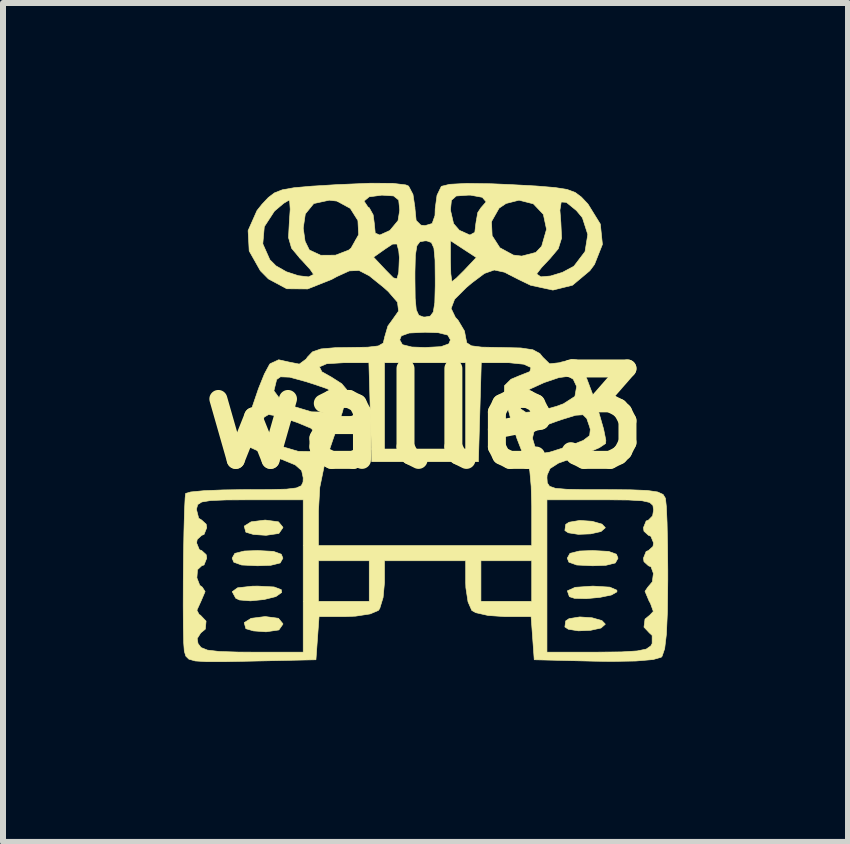
<source format=kicad_pcb>
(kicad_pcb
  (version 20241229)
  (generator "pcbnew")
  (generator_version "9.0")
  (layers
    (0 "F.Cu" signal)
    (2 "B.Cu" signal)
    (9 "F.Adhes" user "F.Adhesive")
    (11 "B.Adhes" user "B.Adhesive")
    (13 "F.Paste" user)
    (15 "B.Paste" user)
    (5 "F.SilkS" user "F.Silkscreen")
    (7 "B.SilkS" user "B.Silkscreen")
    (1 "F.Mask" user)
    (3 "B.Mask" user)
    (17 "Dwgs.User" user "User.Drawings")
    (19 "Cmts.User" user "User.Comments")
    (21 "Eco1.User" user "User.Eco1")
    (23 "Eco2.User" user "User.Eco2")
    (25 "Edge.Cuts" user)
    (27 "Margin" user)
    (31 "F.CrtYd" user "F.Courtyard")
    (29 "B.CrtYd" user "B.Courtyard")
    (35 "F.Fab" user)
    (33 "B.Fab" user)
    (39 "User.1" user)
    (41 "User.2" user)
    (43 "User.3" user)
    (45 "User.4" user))
  (footprint "walle3"
    (layer "F.Cu")
    (at 4.038 3.929)
    (property "Reference" "walle3" (at 0 0 0) (layer "F.SilkS") (effects (font (size 1.524 1.524) (thickness 0.3))))
    (attr through_hole)
    (fp_poly (pts (xy 2.785 1.713) (xy 2.949 1.76) (xy 3.006 1.82) (xy 2.933 1.884) (xy 2.76 1.923) (xy 2.556 1.931) (xy 2.388 1.905) (xy 2.331 1.867) (xy 2.345 1.765) (xy 2.4 1.729) (xy 2.579 1.699) (xy 2.785 1.713)) (stroke (width 0.01) (type solid)) (fill yes) (layer "F.SilkS"))
    (fp_poly (pts (xy 2.785 3.322) (xy 2.949 3.369) (xy 3.006 3.429) (xy 2.933 3.493) (xy 2.76 3.531) (xy 2.556 3.54) (xy 2.388 3.513) (xy 2.331 3.475) (xy 2.345 3.374) (xy 2.4 3.337) (xy 2.579 3.308) (xy 2.785 3.322)) (stroke (width 0.01) (type solid)) (fill yes) (layer "F.SilkS"))
    (fp_poly (pts (xy -2.528 2.215) (xy -2.398 2.262) (xy -2.371 2.328) (xy -2.416 2.408) (xy -2.573 2.447) (xy -2.794 2.455) (xy -3.06 2.442) (xy -3.19 2.395) (xy -3.217 2.328) (xy -3.172 2.248) (xy -3.015 2.209) (xy -2.794 2.201) (xy -2.528 2.215)) (stroke (width 0.01) (type solid)) (fill yes) (layer "F.SilkS"))
    (fp_poly (pts (xy -2.518 2.808) (xy -2.398 2.853) (xy -2.391 2.9) (xy -2.489 2.969) (xy -2.686 3.018) (xy -2.911 3.04) (xy -3.096 3.025) (xy -3.157 2.996) (xy -3.216 2.887) (xy -3.126 2.822) (xy -2.879 2.795) (xy -2.787 2.794) (xy -2.518 2.808)) (stroke (width 0.01) (type solid)) (fill yes) (layer "F.SilkS"))
    (fp_poly (pts (xy 3.06 2.215) (xy 3.19 2.262) (xy 3.217 2.328) (xy 3.172 2.408) (xy 3.015 2.447) (xy 2.794 2.455) (xy 2.528 2.442) (xy 2.398 2.395) (xy 2.371 2.328) (xy 2.416 2.248) (xy 2.573 2.209) (xy 2.794 2.201) (xy 3.06 2.215)) (stroke (width 0.01) (type solid)) (fill yes) (layer "F.SilkS"))
    (fp_poly (pts (xy 3.08 2.811) (xy 3.198 2.862) (xy 3.199 2.89) (xy 3.107 2.942) (xy 2.914 2.982) (xy 2.686 3.003) (xy 2.492 2.998) (xy 2.406 2.97) (xy 2.372 2.873) (xy 2.503 2.814) (xy 2.796 2.794) (xy 2.801 2.794) (xy 3.08 2.811)) (stroke (width 0.01) (type solid)) (fill yes) (layer "F.SilkS"))
    (fp_poly (pts (xy -2.445 1.722) (xy -2.371 1.812) (xy -2.371 1.82) (xy -2.438 1.916) (xy -2.651 1.947) (xy -2.653 1.947) (xy -2.861 1.933) (xy -2.985 1.896) (xy -2.989 1.893) (xy -3.016 1.794) (xy -2.901 1.722) (xy -2.67 1.693) (xy -2.662 1.693) (xy -2.445 1.722)) (stroke (width 0.01) (type solid)) (fill yes) (layer "F.SilkS"))
    (fp_poly (pts (xy -2.445 3.331) (xy -2.371 3.421) (xy -2.371 3.429) (xy -2.438 3.525) (xy -2.651 3.556) (xy -2.653 3.556) (xy -2.861 3.541) (xy -2.985 3.505) (xy -2.989 3.502) (xy -3.016 3.403) (xy -2.901 3.331) (xy -2.67 3.302) (xy -2.662 3.302) (xy -2.445 3.331)) (stroke (width 0.01) (type solid)) (fill yes) (layer "F.SilkS"))
    (fp_poly (pts (xy -0.539 -3.922) (xy -0.322 -3.896) (xy -0.275 -3.876) (xy -0.202 -3.737) (xy -0.169 -3.518) (xy -0.169 -3.503) (xy -0.149 -3.303) (xy -0.07 -3.225) (xy 0 -3.217) (xy 0.118 -3.252) (xy 0.165 -3.386) (xy 0.168 -3.476) (xy 0.423 -3.476) (xy 0.475 -3.25) (xy 0.572 -3.139) (xy 0.748 -3.06) (xy 0.829 -3.105) (xy 0.847 -3.255) (xy 0.852 -3.284) (xy 1.107 -3.284) (xy 1.118 -3.049) (xy 1.247 -2.848) (xy 1.471 -2.726) (xy 1.612 -2.709) (xy 1.847 -2.77) (xy 1.944 -2.873) (xy 2.025 -3.156) (xy 1.972 -3.405) (xy 1.806 -3.58) (xy 1.566 -3.641) (xy 1.35 -3.586) (xy 1.234 -3.508) (xy 1.107 -3.284) (xy 0.852 -3.284) (xy 0.878 -3.434) (xy 0.931 -3.514) (xy 1.018 -3.613) (xy 0.954 -3.689) (xy 0.758 -3.725) (xy 0.72 -3.725) (xy 0.52 -3.711) (xy 0.439 -3.639) (xy 0.423 -3.476) (xy 0.168 -3.476) (xy 0.169 -3.503) (xy 0.199 -3.723) (xy 0.269 -3.868) (xy 0.275 -3.873) (xy 0.41 -3.906) (xy 0.694 -3.921) (xy 1.105 -3.915) (xy 1.428 -3.901) (xy 1.865 -3.877) (xy 2.167 -3.852) (xy 2.368 -3.82) (xy 2.503 -3.77) (xy 2.605 -3.694) (xy 2.71 -3.583) (xy 2.719 -3.572) (xy 2.922 -3.243) (xy 2.957 -2.904) (xy 2.825 -2.57) (xy 2.747 -2.465) (xy 2.458 -2.223) (xy 2.131 -2.142) (xy 1.758 -2.223) (xy 1.56 -2.319) (xy 1.384 -2.409) (xy 1.863 -2.409) (xy 1.93 -2.363) (xy 2.092 -2.377) (xy 2.291 -2.438) (xy 2.471 -2.534) (xy 2.486 -2.546) (xy 2.667 -2.784) (xy 2.713 -3.07) (xy 2.623 -3.349) (xy 2.524 -3.468) (xy 2.356 -3.605) (xy 2.27 -3.611) (xy 2.248 -3.474) (xy 2.264 -3.266) (xy 2.276 -3.008) (xy 2.221 -2.832) (xy 2.085 -2.67) (xy 1.94 -2.516) (xy 1.865 -2.418) (xy 1.863 -2.409) (xy 1.384 -2.409) (xy 1.324 -2.44) (xy 1.153 -2.477) (xy 0.991 -2.42) (xy 0.779 -2.261) (xy 0.69 -2.186) (xy 0.492 -1.989) (xy 0.434 -1.836) (xy 0.505 -1.688) (xy 0.55 -1.639) (xy 0.657 -1.459) (xy 0.677 -1.349) (xy 0.695 -1.263) (xy 0.772 -1.213) (xy 0.944 -1.191) (xy 1.247 -1.185) (xy 1.269 -1.185) (xy 1.597 -1.177) (xy 1.797 -1.147) (xy 1.913 -1.085) (xy 1.962 -1.024) (xy 2.076 -0.913) (xy 2.241 -0.931) (xy 2.266 -0.94) (xy 2.443 -0.984) (xy 2.535 -0.977) (xy 2.603 -0.874) (xy 2.698 -0.66) (xy 2.802 -0.382) (xy 2.901 -0.087) (xy 2.977 0.177) (xy 3.014 0.362) (xy 3.01 0.416) (xy 2.906 0.486) (xy 2.691 0.579) (xy 2.495 0.647) (xy 2.225 0.743) (xy 2.084 0.833) (xy 2.035 0.942) (xy 2.032 0.989) (xy 2.038 1.073) (xy 2.075 1.129) (xy 2.172 1.163) (xy 2.358 1.179) (xy 2.662 1.185) (xy 3 1.185) (xy 3.423 1.188) (xy 3.705 1.199) (xy 3.877 1.224) (xy 3.968 1.265) (xy 4.007 1.328) (xy 4.008 1.333) (xy 4.023 1.469) (xy 4.035 1.738) (xy 4.043 2.107) (xy 4.047 2.539) (xy 4.047 2.686) (xy 4.041 3.215) (xy 4.024 3.593) (xy 3.995 3.837) (xy 3.952 3.963) (xy 3.937 3.98) (xy 3.8 4.019) (xy 3.516 4.043) (xy 3.107 4.05) (xy 2.824 4.046) (xy 1.82 4.022) (xy 1.794 3.662) (xy 1.768 3.302) (xy 1.324 3.302) (xy 1.052 3.284) (xy 0.845 3.237) (xy 0.779 3.2) (xy 0.716 3.057) (xy 0.68 2.821) (xy 0.677 2.735) (xy 0.677 2.371) (xy 0.931 2.371) (xy 0.931 3.048) (xy 1.778 3.048) (xy 1.778 2.371) (xy 0.931 2.371) (xy 0.677 2.371) (xy -0.677 2.371) (xy -0.677 2.735) (xy -0.7 2.984) (xy -0.756 3.167) (xy -0.779 3.2) (xy -0.917 3.258) (xy -1.159 3.295) (xy -1.324 3.302) (xy -1.768 3.302) (xy -1.794 3.662) (xy -1.82 4.022) (xy -2.898 4.045) (xy -3.341 4.054) (xy -3.643 4.054) (xy -3.833 4.042) (xy -3.939 4.012) (xy -3.99 3.961) (xy -4.013 3.884) (xy -4.015 3.876) (xy -4.025 3.74) (xy -4.031 3.474) (xy -4.033 3.117) (xy -4.032 2.707) (xy -4.028 2.284) (xy -4.021 1.887) (xy -4.012 1.554) (xy -4.011 1.524) (xy -3.81 1.524) (xy -3.775 1.662) (xy -3.725 1.693) (xy -3.65 1.762) (xy -3.641 1.82) (xy -3.686 1.933) (xy -3.725 1.947) (xy -3.8 2.016) (xy -3.81 2.074) (xy -3.764 2.187) (xy -3.725 2.201) (xy -3.65 2.27) (xy -3.641 2.328) (xy -3.686 2.441) (xy -3.725 2.455) (xy -3.795 2.52) (xy -3.805 2.657) (xy -3.757 2.781) (xy -3.714 2.812) (xy -3.668 2.885) (xy -3.735 3.042) (xy -3.805 3.196) (xy -3.767 3.269) (xy -3.747 3.278) (xy -3.652 3.378) (xy -3.664 3.511) (xy -3.741 3.575) (xy -3.8 3.668) (xy -3.786 3.752) (xy -3.736 3.818) (xy -3.629 3.861) (xy -3.432 3.884) (xy -3.114 3.894) (xy -2.881 3.895) (xy -2.032 3.895) (xy -2.032 2.371) (xy -1.778 2.371) (xy -1.778 3.048) (xy -0.931 3.048) (xy -0.931 2.371) (xy -1.778 2.371) (xy -2.032 2.371) (xy -2.032 1.543) (xy -1.778 1.543) (xy -1.778 2.117) (xy 1.778 2.117) (xy 1.778 1.456) (xy 1.775 1.355) (xy 2.032 1.355) (xy 2.032 3.895) (xy 2.881 3.895) (xy 3.277 3.891) (xy 3.536 3.875) (xy 3.688 3.844) (xy 3.764 3.791) (xy 3.786 3.752) (xy 3.786 3.616) (xy 3.741 3.575) (xy 3.65 3.478) (xy 3.667 3.344) (xy 3.747 3.278) (xy 3.806 3.216) (xy 3.758 3.082) (xy 3.735 3.042) (xy 3.667 2.88) (xy 3.714 2.812) (xy 3.789 2.723) (xy 3.807 2.582) (xy 3.767 2.472) (xy 3.725 2.455) (xy 3.65 2.387) (xy 3.641 2.328) (xy 3.686 2.216) (xy 3.725 2.201) (xy 3.8 2.133) (xy 3.81 2.074) (xy 3.764 1.962) (xy 3.725 1.947) (xy 3.65 1.879) (xy 3.641 1.82) (xy 3.686 1.708) (xy 3.725 1.693) (xy 3.794 1.622) (xy 3.81 1.524) (xy 3.799 1.448) (xy 3.745 1.399) (xy 3.62 1.371) (xy 3.392 1.358) (xy 3.032 1.355) (xy 2.921 1.355) (xy 2.032 1.355) (xy 1.775 1.355) (xy 1.769 1.133) (xy 1.746 0.874) (xy 1.712 0.727) (xy 1.704 0.715) (xy 1.626 0.576) (xy 1.533 0.336) (xy 1.53 0.328) (xy 1.79 0.328) (xy 1.829 0.459) (xy 1.873 0.548) (xy 1.943 0.582) (xy 2.08 0.56) (xy 2.326 0.482) (xy 2.401 0.457) (xy 2.638 0.365) (xy 2.744 0.284) (xy 2.755 0.181) (xy 2.744 0.139) (xy 2.696 -0.001) (xy 2.633 -0.063) (xy 2.511 -0.055) (xy 2.284 0.015) (xy 2.207 0.041) (xy 1.944 0.137) (xy 1.815 0.222) (xy 1.79 0.328) (xy 1.53 0.328) (xy 1.44 0.049) (xy 1.364 -0.231) (xy 1.342 -0.347) (xy 1.575 -0.347) (xy 1.594 -0.173) (xy 1.596 -0.159) (xy 1.679 -0.104) (xy 1.886 -0.12) (xy 2.186 -0.202) (xy 2.307 -0.246) (xy 2.498 -0.369) (xy 2.527 -0.535) (xy 2.471 -0.655) (xy 2.391 -0.704) (xy 2.231 -0.683) (xy 1.986 -0.6) (xy 1.753 -0.494) (xy 1.604 -0.395) (xy 1.575 -0.347) (xy 1.342 -0.347) (xy 1.322 -0.451) (xy 1.323 -0.547) (xy 1.432 -0.655) (xy 1.572 -0.714) (xy 1.747 -0.783) (xy 1.766 -0.851) (xy 1.645 -0.906) (xy 1.399 -0.931) (xy 1.358 -0.931) (xy 0.937 -0.931) (xy 0.913 -0.106) (xy 0.889 0.72) (xy -0.889 0.72) (xy -0.913 -0.106) (xy -0.937 -0.931) (xy -0.677 -0.931) (xy -0.677 0.508) (xy 0.677 0.508) (xy 0.677 -0.931) (xy -0.677 -0.931) (xy -0.937 -0.931) (xy -1.358 -0.931) (xy -1.64 -0.914) (xy -1.762 -0.862) (xy -1.721 -0.78) (xy -1.564 -0.692) (xy -1.39 -0.581) (xy -1.306 -0.481) (xy -1.315 -0.354) (xy -1.377 -0.115) (xy -1.479 0.192) (xy -1.52 0.301) (xy -1.675 0.756) (xy -1.756 1.148) (xy -1.778 1.543) (xy -2.032 1.543) (xy -2.032 1.355) (xy -2.921 1.355) (xy -3.318 1.357) (xy -3.575 1.367) (xy -3.723 1.391) (xy -3.791 1.434) (xy -3.81 1.503) (xy -3.81 1.524) (xy -4.011 1.524) (xy -4.001 1.325) (xy -3.993 1.249) (xy -3.908 1.224) (xy -3.688 1.203) (xy -3.367 1.19) (xy -3.006 1.185) (xy -2.588 1.184) (xy -2.311 1.177) (xy -2.146 1.157) (xy -2.064 1.12) (xy -2.035 1.059) (xy -2.032 0.989) (xy -2.059 0.866) (xy -2.165 0.773) (xy -2.386 0.682) (xy -2.495 0.647) (xy -2.756 0.554) (xy -2.945 0.467) (xy -3.008 0.42) (xy -3.008 0.302) (xy -2.999 0.262) (xy -2.756 0.262) (xy -2.678 0.349) (xy -2.474 0.439) (xy -2.437 0.452) (xy -2.119 0.546) (xy -1.922 0.549) (xy -1.819 0.46) (xy -1.794 0.367) (xy -1.806 0.251) (xy -1.904 0.161) (xy -2.124 0.069) (xy -2.202 0.042) (xy -2.464 -0.042) (xy -2.609 -0.067) (xy -2.683 -0.024) (xy -2.73 0.094) (xy -2.744 0.14) (xy -2.756 0.262) (xy -2.999 0.262) (xy -2.959 0.077) (xy -2.878 -0.205) (xy -2.79 -0.463) (xy -2.521 -0.463) (xy -2.403 -0.304) (xy -2.201 -0.204) (xy -1.893 -0.112) (xy -1.7 -0.108) (xy -1.592 -0.196) (xy -1.564 -0.26) (xy -1.531 -0.371) (xy -1.543 -0.441) (xy -1.632 -0.497) (xy -1.832 -0.566) (xy -1.988 -0.616) (xy -2.258 -0.69) (xy -2.411 -0.696) (xy -2.475 -0.651) (xy -2.521 -0.463) (xy -2.79 -0.463) (xy -2.779 -0.496) (xy -2.679 -0.744) (xy -2.594 -0.902) (xy -2.584 -0.914) (xy -2.441 -0.98) (xy -2.274 -0.943) (xy -2.097 -0.908) (xy -1.983 -0.992) (xy -1.962 -1.024) (xy -1.878 -1.112) (xy -1.736 -1.161) (xy -1.494 -1.182) (xy -1.269 -1.185) (xy -0.957 -1.19) (xy -0.779 -1.211) (xy -0.697 -1.259) (xy -0.685 -1.312) (xy -0.423 -1.312) (xy -0.378 -1.232) (xy -0.221 -1.193) (xy 0 -1.185) (xy 0.266 -1.199) (xy 0.396 -1.246) (xy 0.423 -1.312) (xy 0.378 -1.392) (xy 0.221 -1.431) (xy 0 -1.439) (xy -0.266 -1.426) (xy -0.396 -1.379) (xy -0.423 -1.312) (xy -0.685 -1.312) (xy -0.677 -1.342) (xy -0.677 -1.349) (xy -0.62 -1.543) (xy -0.55 -1.639) (xy -0.442 -1.792) (xy -0.46 -1.94) (xy -0.615 -2.119) (xy -0.69 -2.186) (xy -0.866 -2.328) (xy -0.169 -2.328) (xy -0.165 -2.004) (xy -0.147 -1.813) (xy -0.105 -1.722) (xy -0.03 -1.694) (xy 0 -1.693) (xy 0.087 -1.708) (xy 0.137 -1.777) (xy 0.162 -1.934) (xy 0.169 -2.214) (xy 0.169 -2.328) (xy 0.166 -2.627) (xy 0.423 -2.627) (xy 0.429 -2.414) (xy 0.445 -2.295) (xy 0.451 -2.286) (xy 0.521 -2.341) (xy 0.655 -2.474) (xy 0.666 -2.486) (xy 0.854 -2.685) (xy 0.638 -2.826) (xy 0.423 -2.967) (xy 0.423 -2.627) (xy 0.166 -2.627) (xy 0.165 -2.653) (xy 0.147 -2.843) (xy 0.105 -2.935) (xy 0.03 -2.962) (xy 0 -2.963) (xy -0.087 -2.948) (xy -0.137 -2.88) (xy -0.162 -2.723) (xy -0.169 -2.443) (xy -0.169 -2.328) (xy -0.866 -2.328) (xy -0.93 -2.38) (xy -1.102 -2.469) (xy -1.264 -2.462) (xy -1.472 -2.367) (xy -1.56 -2.319) (xy -1.958 -2.161) (xy -2.306 -2.164) (xy -2.612 -2.328) (xy -2.747 -2.465) (xy -2.933 -2.795) (xy -2.939 -2.913) (xy -2.706 -2.913) (xy -2.588 -2.648) (xy -2.486 -2.546) (xy -2.312 -2.447) (xy -2.112 -2.382) (xy -1.943 -2.362) (xy -1.864 -2.401) (xy -1.863 -2.409) (xy -1.917 -2.488) (xy -2.05 -2.634) (xy -2.085 -2.67) (xy -2.102 -2.691) (xy -0.859 -2.691) (xy -0.662 -2.481) (xy -0.529 -2.346) (xy -0.469 -2.33) (xy -0.442 -2.427) (xy -0.439 -2.447) (xy -0.429 -2.684) (xy -0.439 -2.797) (xy -0.47 -2.911) (xy -0.542 -2.909) (xy -0.662 -2.83) (xy -0.859 -2.691) (xy -2.102 -2.691) (xy -2.226 -2.84) (xy -2.277 -3.017) (xy -2.269 -3.175) (xy -2.032 -3.175) (xy -2.001 -2.956) (xy -1.93 -2.811) (xy -1.741 -2.723) (xy -1.494 -2.724) (xy -1.275 -2.808) (xy -1.234 -2.842) (xy -1.108 -3.066) (xy -1.12 -3.302) (xy -1.247 -3.504) (xy -1.468 -3.625) (xy -1.472 -3.626) (xy -1.018 -3.626) (xy -0.954 -3.529) (xy -0.931 -3.514) (xy -0.866 -3.397) (xy -0.847 -3.255) (xy -0.831 -3.092) (xy -0.755 -3.06) (xy -0.587 -3.136) (xy -0.451 -3.3) (xy -0.423 -3.474) (xy -0.44 -3.643) (xy -0.525 -3.712) (xy -0.72 -3.725) (xy -0.933 -3.697) (xy -1.018 -3.626) (xy -1.472 -3.626) (xy -1.598 -3.641) (xy -1.856 -3.585) (xy -1.997 -3.412) (xy -2.032 -3.175) (xy -2.269 -3.175) (xy -2.264 -3.266) (xy -2.249 -3.49) (xy -2.258 -3.624) (xy -2.27 -3.641) (xy -2.358 -3.589) (xy -2.507 -3.463) (xy -2.513 -3.457) (xy -2.681 -3.199) (xy -2.706 -2.913) (xy -2.939 -2.913) (xy -2.951 -3.134) (xy -2.803 -3.468) (xy -2.721 -3.571) (xy -2.615 -3.684) (xy -2.513 -3.762) (xy -2.381 -3.814) (xy -2.184 -3.849) (xy -1.888 -3.875) (xy -1.46 -3.901) (xy -1.43 -3.902) (xy -0.912 -3.924) (xy -0.539 -3.922)) (stroke (width 0.01) (type solid)) (fill yes) (layer "F.SilkS")))
  (gr_rect
    (start -3 -3)
    (end 11.09 10.989)
    (stroke (width 0.1) (type default))
    (fill no)
    (layer "Edge.Cuts")))
</source>
